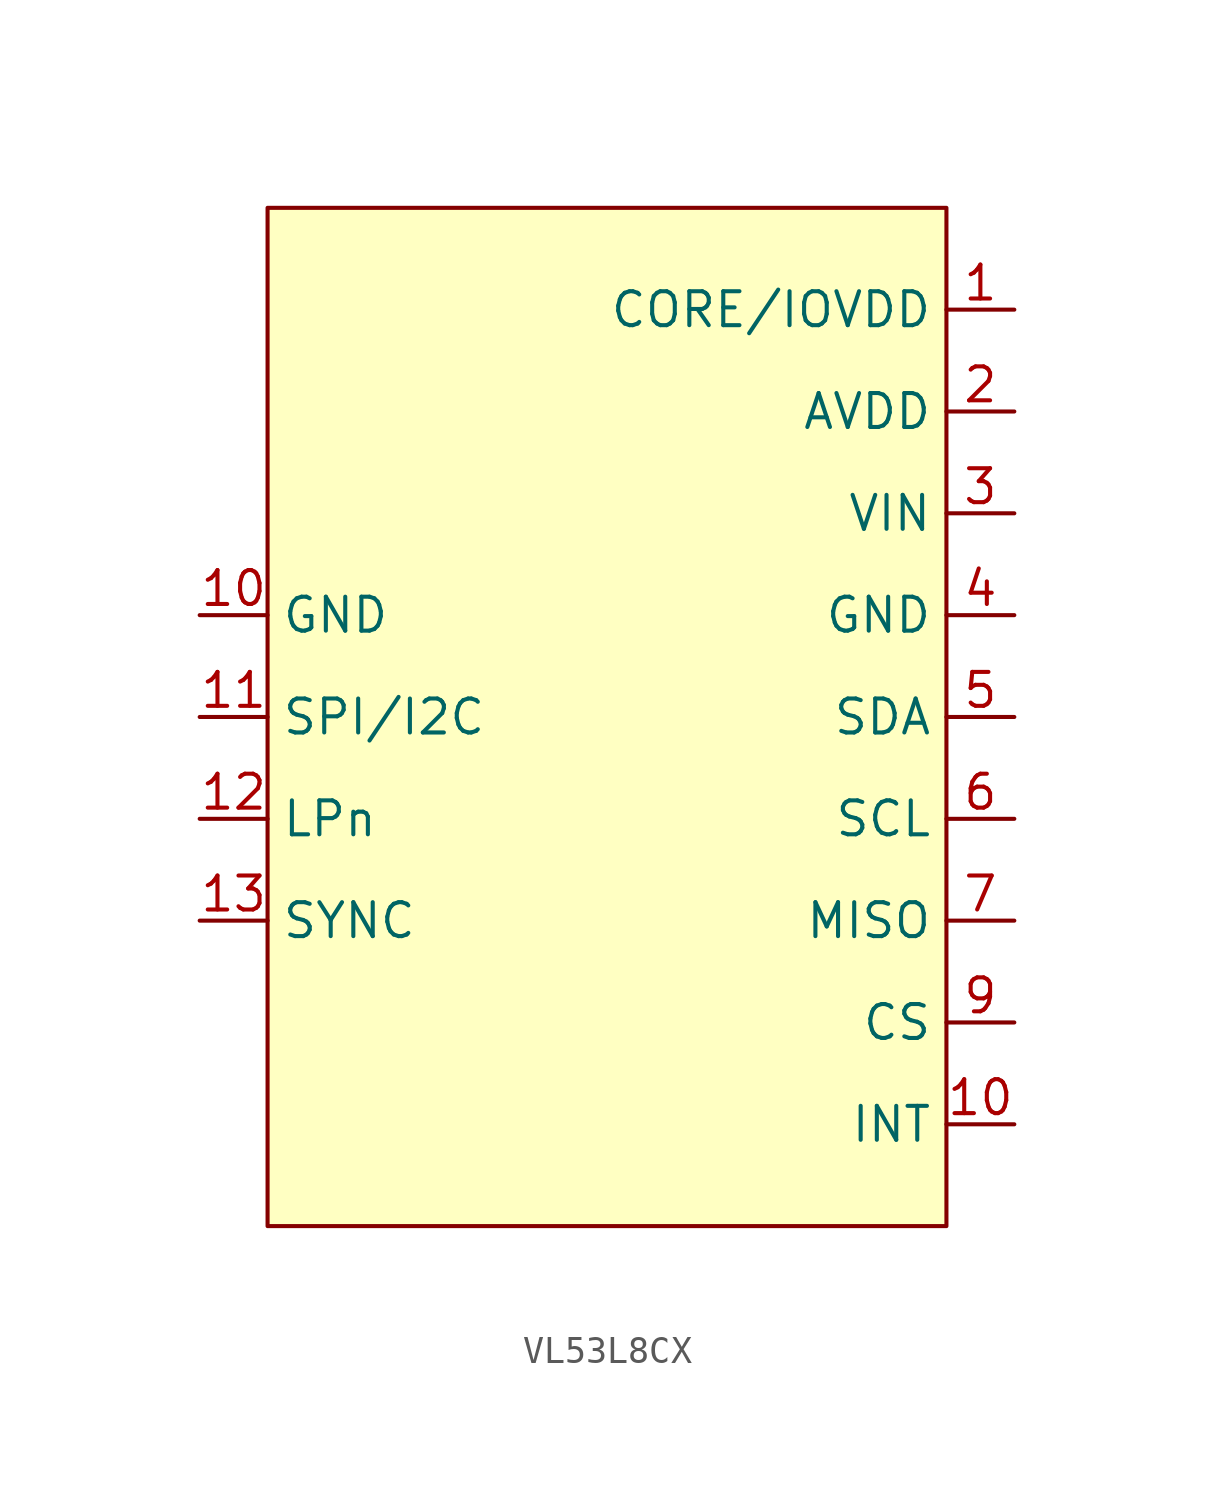
<source format=kicad_sym>
(kicad_symbol_lib
  (version 20241209)
  (generator "kicad_symbol_editor")
  (generator_version "9.0")
  (symbol "VL53L8CX"
    (property "Reference" "U"
      (at 0 0 0)
      (effects (font (size 1.27 1.27)) (hide yes)))
    (property "Value" ""
      (at 0 0 0)
      (effects (font (size 1.27 1.27))))
    (symbol "VL53L8CX_1_1"
      (rectangle (start -12.7 20.32) (end 12.7 -17.78) (stroke (width 0) (type solid)) (fill (type background)))
      (pin output line (at -15.24 5.08 0) (length 2.54) (name "GND" (effects (font (size 1.27 1.27)))) (number "10" (effects (font (size 1.27 1.27)))))
      (pin input line (at -15.24 1.27 0) (length 2.54) (name "SPI/I2C" (effects (font (size 1.27 1.27)))) (number "11" (effects (font (size 1.27 1.27)))))
      (pin input line (at -15.24 -2.54 0) (length 2.54) (name "LPn" (effects (font (size 1.27 1.27)))) (number "12" (effects (font (size 1.27 1.27)))))
      (pin input line (at -15.24 -6.35 0) (length 2.54) (name "SYNC" (effects (font (size 1.27 1.27)))) (number "13" (effects (font (size 1.27 1.27)))))
      (pin output line (at 15.24 16.51 180) (length 2.54) (name "CORE/IOVDD" (effects (font (size 1.27 1.27)))) (number "1" (effects (font (size 1.27 1.27)))))
      (pin output line (at 15.24 12.7 180) (length 2.54) (name "AVDD" (effects (font (size 1.27 1.27)))) (number "2" (effects (font (size 1.27 1.27)))))
      (pin input line (at 15.24 8.89 180) (length 2.54) (name "VIN" (effects (font (size 1.27 1.27)))) (number "3" (effects (font (size 1.27 1.27)))))
      (pin output line (at 15.24 5.08 180) (length 2.54) (name "GND" (effects (font (size 1.27 1.27)))) (number "4" (effects (font (size 1.27 1.27)))))
      (pin bidirectional line (at 15.24 1.27 180) (length 2.54) (name "SDA" (effects (font (size 1.27 1.27)))) (number "5" (effects (font (size 1.27 1.27)))))
      (pin bidirectional line (at 15.24 -2.54 180) (length 2.54) (name "SCL" (effects (font (size 1.27 1.27)))) (number "6" (effects (font (size 1.27 1.27)))))
      (pin output line (at 15.24 -6.35 180) (length 2.54) (name "MISO" (effects (font (size 1.27 1.27)))) (number "7" (effects (font (size 1.27 1.27)))))
      (pin input line (at 15.24 -10.16 180) (length 2.54) (name "CS" (effects (font (size 1.27 1.27)))) (number "9" (effects (font (size 1.27 1.27)))))
      (pin input line (at 15.24 -13.97 180) (length 2.54) (name "INT" (effects (font (size 1.27 1.27)))) (number "10" (effects (font (size 1.27 1.27))))))))
</source>
